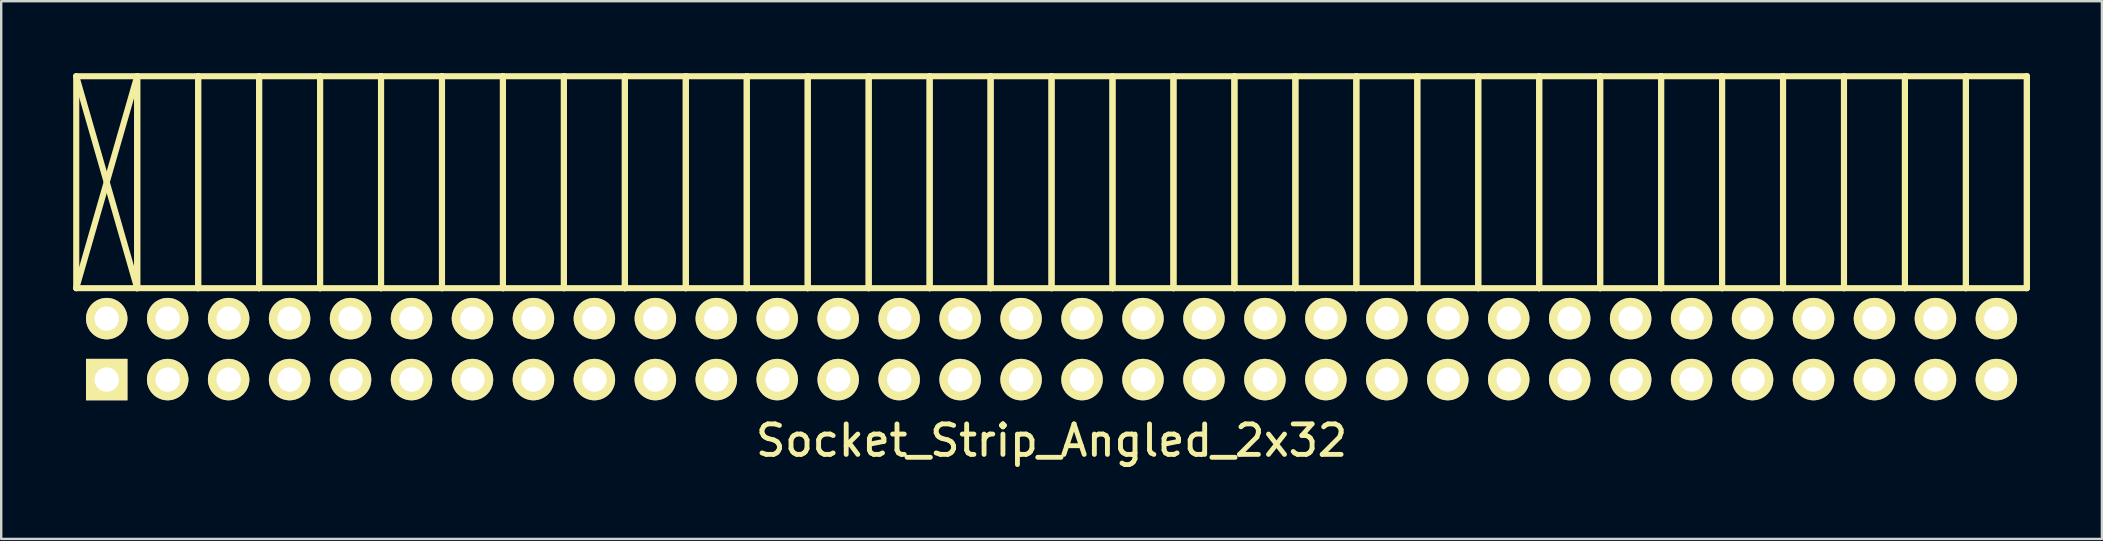
<source format=kicad_pcb>
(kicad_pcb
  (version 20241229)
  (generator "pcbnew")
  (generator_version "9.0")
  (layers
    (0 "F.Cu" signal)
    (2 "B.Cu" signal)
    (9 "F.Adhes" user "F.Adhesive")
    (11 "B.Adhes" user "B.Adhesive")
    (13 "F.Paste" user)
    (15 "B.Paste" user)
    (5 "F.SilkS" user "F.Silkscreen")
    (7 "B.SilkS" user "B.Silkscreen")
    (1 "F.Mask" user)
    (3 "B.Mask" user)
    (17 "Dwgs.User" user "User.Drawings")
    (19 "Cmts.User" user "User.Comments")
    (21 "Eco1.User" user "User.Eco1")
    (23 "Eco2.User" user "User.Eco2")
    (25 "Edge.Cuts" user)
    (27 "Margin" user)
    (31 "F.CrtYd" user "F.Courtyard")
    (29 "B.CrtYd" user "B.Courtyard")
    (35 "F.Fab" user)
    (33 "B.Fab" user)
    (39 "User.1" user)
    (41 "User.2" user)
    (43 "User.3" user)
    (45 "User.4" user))
  (footprint "Socket_Strip_Angled_2x32"
    (layer "F.Cu")
    (at 40.767 11.497)
    (property "Reference" "Socket_Strip_Angled_2x32" (at 0 3.81 0) (layer "F.SilkS") (effects (font (size 1.27 1.27) (thickness 0.203))))
    (attr through_hole)
    (fp_line (start -40.64 -11.37) (end -38.1 -11.37) (stroke (width 0.254) (type solid)) (layer "F.SilkS"))
    (fp_line (start -40.64 -11.37) (end -38.1 -2.54) (stroke (width 0.254) (type solid)) (layer "F.SilkS"))
    (fp_line (start -40.64 -2.54) (end -40.64 -11.37) (stroke (width 0.254) (type solid)) (layer "F.SilkS"))
    (fp_line (start -40.64 -2.54) (end -38.1 -11.37) (stroke (width 0.254) (type solid)) (layer "F.SilkS"))
    (fp_line (start -40.64 -2.54) (end -38.1 -2.54) (stroke (width 0.254) (type solid)) (layer "F.SilkS"))
    (fp_line (start -38.1 -11.37) (end -38.1 -2.54) (stroke (width 0.254) (type solid)) (layer "F.SilkS"))
    (fp_line (start -38.1 -11.37) (end -35.56 -11.37) (stroke (width 0.254) (type solid)) (layer "F.SilkS"))
    (fp_line (start -38.1 -2.54) (end -38.1 -11.37) (stroke (width 0.254) (type solid)) (layer "F.SilkS"))
    (fp_line (start -38.1 -2.54) (end -35.56 -2.54) (stroke (width 0.254) (type solid)) (layer "F.SilkS"))
    (fp_line (start -35.56 -11.37) (end -35.56 -2.54) (stroke (width 0.254) (type solid)) (layer "F.SilkS"))
    (fp_line (start -35.56 -11.37) (end -33.02 -11.37) (stroke (width 0.254) (type solid)) (layer "F.SilkS"))
    (fp_line (start -35.56 -2.54) (end -35.56 -11.37) (stroke (width 0.254) (type solid)) (layer "F.SilkS"))
    (fp_line (start -35.56 -2.54) (end -33.02 -2.54) (stroke (width 0.254) (type solid)) (layer "F.SilkS"))
    (fp_line (start -33.02 -11.37) (end -33.02 -2.54) (stroke (width 0.254) (type solid)) (layer "F.SilkS"))
    (fp_line (start -33.02 -11.37) (end -30.48 -11.37) (stroke (width 0.254) (type solid)) (layer "F.SilkS"))
    (fp_line (start -33.02 -2.54) (end -33.02 -11.37) (stroke (width 0.254) (type solid)) (layer "F.SilkS"))
    (fp_line (start -33.02 -2.54) (end -30.48 -2.54) (stroke (width 0.254) (type solid)) (layer "F.SilkS"))
    (fp_line (start -30.48 -11.37) (end -30.48 -2.54) (stroke (width 0.254) (type solid)) (layer "F.SilkS"))
    (fp_line (start -30.48 -11.37) (end -27.94 -11.37) (stroke (width 0.254) (type solid)) (layer "F.SilkS"))
    (fp_line (start -30.48 -2.54) (end -30.48 -11.37) (stroke (width 0.254) (type solid)) (layer "F.SilkS"))
    (fp_line (start -30.48 -2.54) (end -27.94 -2.54) (stroke (width 0.254) (type solid)) (layer "F.SilkS"))
    (fp_line (start -27.94 -11.37) (end -27.94 -2.54) (stroke (width 0.254) (type solid)) (layer "F.SilkS"))
    (fp_line (start -27.94 -11.37) (end -25.4 -11.37) (stroke (width 0.254) (type solid)) (layer "F.SilkS"))
    (fp_line (start -27.94 -2.54) (end -27.94 -11.37) (stroke (width 0.254) (type solid)) (layer "F.SilkS"))
    (fp_line (start -27.94 -2.54) (end -25.4 -2.54) (stroke (width 0.254) (type solid)) (layer "F.SilkS"))
    (fp_line (start -25.4 -11.37) (end -25.4 -2.54) (stroke (width 0.254) (type solid)) (layer "F.SilkS"))
    (fp_line (start -25.4 -11.37) (end -22.86 -11.37) (stroke (width 0.254) (type solid)) (layer "F.SilkS"))
    (fp_line (start -25.4 -2.54) (end -25.4 -11.37) (stroke (width 0.254) (type solid)) (layer "F.SilkS"))
    (fp_line (start -25.4 -2.54) (end -22.86 -2.54) (stroke (width 0.254) (type solid)) (layer "F.SilkS"))
    (fp_line (start -22.86 -11.37) (end -22.86 -2.54) (stroke (width 0.254) (type solid)) (layer "F.SilkS"))
    (fp_line (start -22.86 -11.37) (end -20.32 -11.37) (stroke (width 0.254) (type solid)) (layer "F.SilkS"))
    (fp_line (start -22.86 -2.54) (end -22.86 -11.37) (stroke (width 0.254) (type solid)) (layer "F.SilkS"))
    (fp_line (start -22.86 -2.54) (end -20.32 -2.54) (stroke (width 0.254) (type solid)) (layer "F.SilkS"))
    (fp_line (start -20.32 -11.37) (end -20.32 -2.54) (stroke (width 0.254) (type solid)) (layer "F.SilkS"))
    (fp_line (start -20.32 -11.37) (end -17.78 -11.37) (stroke (width 0.254) (type solid)) (layer "F.SilkS"))
    (fp_line (start -20.32 -2.54) (end -20.32 -11.37) (stroke (width 0.254) (type solid)) (layer "F.SilkS"))
    (fp_line (start -20.32 -2.54) (end -17.78 -2.54) (stroke (width 0.254) (type solid)) (layer "F.SilkS"))
    (fp_line (start -17.78 -11.37) (end -17.78 -2.54) (stroke (width 0.254) (type solid)) (layer "F.SilkS"))
    (fp_line (start -17.78 -11.37) (end -15.24 -11.37) (stroke (width 0.254) (type solid)) (layer "F.SilkS"))
    (fp_line (start -17.78 -2.54) (end -17.78 -11.37) (stroke (width 0.254) (type solid)) (layer "F.SilkS"))
    (fp_line (start -17.78 -2.54) (end -15.24 -2.54) (stroke (width 0.254) (type solid)) (layer "F.SilkS"))
    (fp_line (start -15.24 -11.37) (end -15.24 -2.54) (stroke (width 0.254) (type solid)) (layer "F.SilkS"))
    (fp_line (start -15.24 -11.37) (end -12.7 -11.37) (stroke (width 0.254) (type solid)) (layer "F.SilkS"))
    (fp_line (start -15.24 -2.54) (end -15.24 -11.37) (stroke (width 0.254) (type solid)) (layer "F.SilkS"))
    (fp_line (start -15.24 -2.54) (end -12.7 -2.54) (stroke (width 0.254) (type solid)) (layer "F.SilkS"))
    (fp_line (start -12.7 -11.37) (end -12.7 -2.54) (stroke (width 0.254) (type solid)) (layer "F.SilkS"))
    (fp_line (start -12.7 -11.37) (end -10.16 -11.37) (stroke (width 0.254) (type solid)) (layer "F.SilkS"))
    (fp_line (start -12.7 -2.54) (end -12.7 -11.37) (stroke (width 0.254) (type solid)) (layer "F.SilkS"))
    (fp_line (start -12.7 -2.54) (end -10.16 -2.54) (stroke (width 0.254) (type solid)) (layer "F.SilkS"))
    (fp_line (start -10.16 -11.37) (end -10.16 -2.54) (stroke (width 0.254) (type solid)) (layer "F.SilkS"))
    (fp_line (start -10.16 -11.37) (end -7.62 -11.37) (stroke (width 0.254) (type solid)) (layer "F.SilkS"))
    (fp_line (start -10.16 -2.54) (end -10.16 -11.37) (stroke (width 0.254) (type solid)) (layer "F.SilkS"))
    (fp_line (start -10.16 -2.54) (end -7.62 -2.54) (stroke (width 0.254) (type solid)) (layer "F.SilkS"))
    (fp_line (start -7.62 -11.37) (end -7.62 -2.54) (stroke (width 0.254) (type solid)) (layer "F.SilkS"))
    (fp_line (start -7.62 -11.37) (end -5.08 -11.37) (stroke (width 0.254) (type solid)) (layer "F.SilkS"))
    (fp_line (start -7.62 -2.54) (end -7.62 -11.37) (stroke (width 0.254) (type solid)) (layer "F.SilkS"))
    (fp_line (start -7.62 -2.54) (end -5.08 -2.54) (stroke (width 0.254) (type solid)) (layer "F.SilkS"))
    (fp_line (start -5.08 -11.37) (end -5.08 -2.54) (stroke (width 0.254) (type solid)) (layer "F.SilkS"))
    (fp_line (start -5.08 -11.37) (end -2.54 -11.37) (stroke (width 0.254) (type solid)) (layer "F.SilkS"))
    (fp_line (start -5.08 -2.54) (end -5.08 -11.37) (stroke (width 0.254) (type solid)) (layer "F.SilkS"))
    (fp_line (start -5.08 -2.54) (end -2.54 -2.54) (stroke (width 0.254) (type solid)) (layer "F.SilkS"))
    (fp_line (start -2.54 -11.37) (end -2.54 -2.54) (stroke (width 0.254) (type solid)) (layer "F.SilkS"))
    (fp_line (start -2.54 -11.37) (end 0 -11.37) (stroke (width 0.254) (type solid)) (layer "F.SilkS"))
    (fp_line (start -2.54 -2.54) (end -2.54 -11.37) (stroke (width 0.254) (type solid)) (layer "F.SilkS"))
    (fp_line (start -2.54 -2.54) (end 0 -2.54) (stroke (width 0.254) (type solid)) (layer "F.SilkS"))
    (fp_line (start 0 -11.37) (end 0 -2.54) (stroke (width 0.254) (type solid)) (layer "F.SilkS"))
    (fp_line (start 0 -11.37) (end 2.54 -11.37) (stroke (width 0.254) (type solid)) (layer "F.SilkS"))
    (fp_line (start 0 -2.54) (end 0 -11.37) (stroke (width 0.254) (type solid)) (layer "F.SilkS"))
    (fp_line (start 0 -2.54) (end 2.54 -2.54) (stroke (width 0.254) (type solid)) (layer "F.SilkS"))
    (fp_line (start 2.54 -11.37) (end 2.54 -2.54) (stroke (width 0.254) (type solid)) (layer "F.SilkS"))
    (fp_line (start 2.54 -11.37) (end 5.08 -11.37) (stroke (width 0.254) (type solid)) (layer "F.SilkS"))
    (fp_line (start 2.54 -2.54) (end 2.54 -11.37) (stroke (width 0.254) (type solid)) (layer "F.SilkS"))
    (fp_line (start 2.54 -2.54) (end 5.08 -2.54) (stroke (width 0.254) (type solid)) (layer "F.SilkS"))
    (fp_line (start 5.08 -11.37) (end 5.08 -2.54) (stroke (width 0.254) (type solid)) (layer "F.SilkS"))
    (fp_line (start 5.08 -11.37) (end 7.62 -11.37) (stroke (width 0.254) (type solid)) (layer "F.SilkS"))
    (fp_line (start 5.08 -2.54) (end 5.08 -11.37) (stroke (width 0.254) (type solid)) (layer "F.SilkS"))
    (fp_line (start 5.08 -2.54) (end 7.62 -2.54) (stroke (width 0.254) (type solid)) (layer "F.SilkS"))
    (fp_line (start 7.62 -11.37) (end 7.62 -2.54) (stroke (width 0.254) (type solid)) (layer "F.SilkS"))
    (fp_line (start 7.62 -11.37) (end 10.16 -11.37) (stroke (width 0.254) (type solid)) (layer "F.SilkS"))
    (fp_line (start 7.62 -2.54) (end 7.62 -11.37) (stroke (width 0.254) (type solid)) (layer "F.SilkS"))
    (fp_line (start 7.62 -2.54) (end 10.16 -2.54) (stroke (width 0.254) (type solid)) (layer "F.SilkS"))
    (fp_line (start 10.16 -11.37) (end 10.16 -2.54) (stroke (width 0.254) (type solid)) (layer "F.SilkS"))
    (fp_line (start 10.16 -11.37) (end 12.7 -11.37) (stroke (width 0.254) (type solid)) (layer "F.SilkS"))
    (fp_line (start 10.16 -2.54) (end 10.16 -11.37) (stroke (width 0.254) (type solid)) (layer "F.SilkS"))
    (fp_line (start 10.16 -2.54) (end 12.7 -2.54) (stroke (width 0.254) (type solid)) (layer "F.SilkS"))
    (fp_line (start 12.7 -11.37) (end 12.7 -2.54) (stroke (width 0.254) (type solid)) (layer "F.SilkS"))
    (fp_line (start 12.7 -11.37) (end 15.24 -11.37) (stroke (width 0.254) (type solid)) (layer "F.SilkS"))
    (fp_line (start 12.7 -2.54) (end 12.7 -11.37) (stroke (width 0.254) (type solid)) (layer "F.SilkS"))
    (fp_line (start 12.7 -2.54) (end 15.24 -2.54) (stroke (width 0.254) (type solid)) (layer "F.SilkS"))
    (fp_line (start 15.24 -11.37) (end 15.24 -2.54) (stroke (width 0.254) (type solid)) (layer "F.SilkS"))
    (fp_line (start 15.24 -11.37) (end 17.78 -11.37) (stroke (width 0.254) (type solid)) (layer "F.SilkS"))
    (fp_line (start 15.24 -2.54) (end 15.24 -11.37) (stroke (width 0.254) (type solid)) (layer "F.SilkS"))
    (fp_line (start 15.24 -2.54) (end 17.78 -2.54) (stroke (width 0.254) (type solid)) (layer "F.SilkS"))
    (fp_line (start 17.78 -11.37) (end 17.78 -2.54) (stroke (width 0.254) (type solid)) (layer "F.SilkS"))
    (fp_line (start 17.78 -11.37) (end 20.32 -11.37) (stroke (width 0.254) (type solid)) (layer "F.SilkS"))
    (fp_line (start 17.78 -2.54) (end 17.78 -11.37) (stroke (width 0.254) (type solid)) (layer "F.SilkS"))
    (fp_line (start 17.78 -2.54) (end 20.32 -2.54) (stroke (width 0.254) (type solid)) (layer "F.SilkS"))
    (fp_line (start 20.32 -11.37) (end 20.32 -2.54) (stroke (width 0.254) (type solid)) (layer "F.SilkS"))
    (fp_line (start 20.32 -11.37) (end 22.86 -11.37) (stroke (width 0.254) (type solid)) (layer "F.SilkS"))
    (fp_line (start 20.32 -2.54) (end 20.32 -11.37) (stroke (width 0.254) (type solid)) (layer "F.SilkS"))
    (fp_line (start 20.32 -2.54) (end 22.86 -2.54) (stroke (width 0.254) (type solid)) (layer "F.SilkS"))
    (fp_line (start 22.86 -11.37) (end 22.86 -2.54) (stroke (width 0.254) (type solid)) (layer "F.SilkS"))
    (fp_line (start 22.86 -11.37) (end 25.4 -11.37) (stroke (width 0.254) (type solid)) (layer "F.SilkS"))
    (fp_line (start 22.86 -2.54) (end 22.86 -11.37) (stroke (width 0.254) (type solid)) (layer "F.SilkS"))
    (fp_line (start 22.86 -2.54) (end 25.4 -2.54) (stroke (width 0.254) (type solid)) (layer "F.SilkS"))
    (fp_line (start 25.4 -11.37) (end 25.4 -2.54) (stroke (width 0.254) (type solid)) (layer "F.SilkS"))
    (fp_line (start 25.4 -11.37) (end 27.94 -11.37) (stroke (width 0.254) (type solid)) (layer "F.SilkS"))
    (fp_line (start 25.4 -2.54) (end 25.4 -11.37) (stroke (width 0.254) (type solid)) (layer "F.SilkS"))
    (fp_line (start 25.4 -2.54) (end 27.94 -2.54) (stroke (width 0.254) (type solid)) (layer "F.SilkS"))
    (fp_line (start 27.94 -11.37) (end 27.94 -2.54) (stroke (width 0.254) (type solid)) (layer "F.SilkS"))
    (fp_line (start 27.94 -11.37) (end 30.48 -11.37) (stroke (width 0.254) (type solid)) (layer "F.SilkS"))
    (fp_line (start 27.94 -2.54) (end 27.94 -11.37) (stroke (width 0.254) (type solid)) (layer "F.SilkS"))
    (fp_line (start 27.94 -2.54) (end 30.48 -2.54) (stroke (width 0.254) (type solid)) (layer "F.SilkS"))
    (fp_line (start 30.48 -11.37) (end 30.48 -2.54) (stroke (width 0.254) (type solid)) (layer "F.SilkS"))
    (fp_line (start 30.48 -11.37) (end 33.02 -11.37) (stroke (width 0.254) (type solid)) (layer "F.SilkS"))
    (fp_line (start 30.48 -2.54) (end 30.48 -11.37) (stroke (width 0.254) (type solid)) (layer "F.SilkS"))
    (fp_line (start 30.48 -2.54) (end 33.02 -2.54) (stroke (width 0.254) (type solid)) (layer "F.SilkS"))
    (fp_line (start 33.02 -11.37) (end 33.02 -2.54) (stroke (width 0.254) (type solid)) (layer "F.SilkS"))
    (fp_line (start 33.02 -11.37) (end 35.56 -11.37) (stroke (width 0.254) (type solid)) (layer "F.SilkS"))
    (fp_line (start 33.02 -2.54) (end 33.02 -11.37) (stroke (width 0.254) (type solid)) (layer "F.SilkS"))
    (fp_line (start 33.02 -2.54) (end 35.56 -2.54) (stroke (width 0.254) (type solid)) (layer "F.SilkS"))
    (fp_line (start 35.56 -11.37) (end 35.56 -2.54) (stroke (width 0.254) (type solid)) (layer "F.SilkS"))
    (fp_line (start 35.56 -11.37) (end 38.1 -11.37) (stroke (width 0.254) (type solid)) (layer "F.SilkS"))
    (fp_line (start 35.56 -2.54) (end 35.56 -11.37) (stroke (width 0.254) (type solid)) (layer "F.SilkS"))
    (fp_line (start 35.56 -2.54) (end 38.1 -2.54) (stroke (width 0.254) (type solid)) (layer "F.SilkS"))
    (fp_line (start 38.1 -11.37) (end 38.1 -2.54) (stroke (width 0.254) (type solid)) (layer "F.SilkS"))
    (fp_line (start 38.1 -11.37) (end 40.64 -11.37) (stroke (width 0.254) (type solid)) (layer "F.SilkS"))
    (fp_line (start 38.1 -2.54) (end 38.1 -11.37) (stroke (width 0.254) (type solid)) (layer "F.SilkS"))
    (fp_line (start 38.1 -2.54) (end 40.64 -2.54) (stroke (width 0.254) (type solid)) (layer "F.SilkS"))
    (fp_line (start 40.64 -11.37) (end 40.64 -2.54) (stroke (width 0.254) (type solid)) (layer "F.SilkS"))
    (fp_line (start 40.64 -2.54) (end 40.64 -11.37) (stroke (width 0.254) (type solid)) (layer "F.SilkS"))
    (pad "1" thru_hole rect (at -39.37 1.27) (size 1.727 1.727) (drill 1.016) (layers "*.Cu" "*.Mask" "F.SilkS"))
    (pad "2" thru_hole oval (at -36.83 1.27) (size 1.727 1.727) (drill 1.016) (layers "*.Cu" "*.Mask" "F.SilkS"))
    (pad "3" thru_hole oval (at -34.29 1.27) (size 1.727 1.727) (drill 1.016) (layers "*.Cu" "*.Mask" "F.SilkS"))
    (pad "4" thru_hole oval (at -31.75 1.27) (size 1.727 1.727) (drill 1.016) (layers "*.Cu" "*.Mask" "F.SilkS"))
    (pad "5" thru_hole oval (at -29.21 1.27) (size 1.727 1.727) (drill 1.016) (layers "*.Cu" "*.Mask" "F.SilkS"))
    (pad "6" thru_hole oval (at -26.67 1.27) (size 1.727 1.727) (drill 1.016) (layers "*.Cu" "*.Mask" "F.SilkS"))
    (pad "7" thru_hole oval (at -24.13 1.27) (size 1.727 1.727) (drill 1.016) (layers "*.Cu" "*.Mask" "F.SilkS"))
    (pad "8" thru_hole oval (at -21.59 1.27) (size 1.727 1.727) (drill 1.016) (layers "*.Cu" "*.Mask" "F.SilkS"))
    (pad "9" thru_hole oval (at -19.05 1.27) (size 1.727 1.727) (drill 1.016) (layers "*.Cu" "*.Mask" "F.SilkS"))
    (pad "10" thru_hole oval (at -16.51 1.27) (size 1.727 1.727) (drill 1.016) (layers "*.Cu" "*.Mask" "F.SilkS"))
    (pad "11" thru_hole oval (at -13.97 1.27) (size 1.727 1.727) (drill 1.016) (layers "*.Cu" "*.Mask" "F.SilkS"))
    (pad "12" thru_hole oval (at -11.43 1.27) (size 1.727 1.727) (drill 1.016) (layers "*.Cu" "*.Mask" "F.SilkS"))
    (pad "13" thru_hole oval (at -8.89 1.27) (size 1.727 1.727) (drill 1.016) (layers "*.Cu" "*.Mask" "F.SilkS"))
    (pad "14" thru_hole oval (at -6.35 1.27) (size 1.727 1.727) (drill 1.016) (layers "*.Cu" "*.Mask" "F.SilkS"))
    (pad "15" thru_hole oval (at -3.81 1.27) (size 1.727 1.727) (drill 1.016) (layers "*.Cu" "*.Mask" "F.SilkS"))
    (pad "16" thru_hole oval (at -1.27 1.27) (size 1.727 1.727) (drill 1.016) (layers "*.Cu" "*.Mask" "F.SilkS"))
    (pad "17" thru_hole oval (at 1.27 1.27) (size 1.727 1.727) (drill 1.016) (layers "*.Cu" "*.Mask" "F.SilkS"))
    (pad "18" thru_hole oval (at 3.81 1.27) (size 1.727 1.727) (drill 1.016) (layers "*.Cu" "*.Mask" "F.SilkS"))
    (pad "19" thru_hole oval (at 6.35 1.27) (size 1.727 1.727) (drill 1.016) (layers "*.Cu" "*.Mask" "F.SilkS"))
    (pad "20" thru_hole oval (at 8.89 1.27) (size 1.727 1.727) (drill 1.016) (layers "*.Cu" "*.Mask" "F.SilkS"))
    (pad "21" thru_hole oval (at 11.43 1.27) (size 1.727 1.727) (drill 1.016) (layers "*.Cu" "*.Mask" "F.SilkS"))
    (pad "22" thru_hole oval (at 13.97 1.27) (size 1.727 1.727) (drill 1.016) (layers "*.Cu" "*.Mask" "F.SilkS"))
    (pad "23" thru_hole oval (at 16.51 1.27) (size 1.727 1.727) (drill 1.016) (layers "*.Cu" "*.Mask" "F.SilkS"))
    (pad "24" thru_hole oval (at 19.05 1.27) (size 1.727 1.727) (drill 1.016) (layers "*.Cu" "*.Mask" "F.SilkS"))
    (pad "25" thru_hole oval (at 21.59 1.27) (size 1.727 1.727) (drill 1.016) (layers "*.Cu" "*.Mask" "F.SilkS"))
    (pad "26" thru_hole oval (at 24.13 1.27) (size 1.727 1.727) (drill 1.016) (layers "*.Cu" "*.Mask" "F.SilkS"))
    (pad "27" thru_hole oval (at 26.67 1.27) (size 1.727 1.727) (drill 1.016) (layers "*.Cu" "*.Mask" "F.SilkS"))
    (pad "28" thru_hole oval (at 29.21 1.27) (size 1.727 1.727) (drill 1.016) (layers "*.Cu" "*.Mask" "F.SilkS"))
    (pad "29" thru_hole oval (at 31.75 1.27) (size 1.727 1.727) (drill 1.016) (layers "*.Cu" "*.Mask" "F.SilkS"))
    (pad "30" thru_hole oval (at 34.29 1.27) (size 1.727 1.727) (drill 1.016) (layers "*.Cu" "*.Mask" "F.SilkS"))
    (pad "31" thru_hole oval (at 36.83 1.27) (size 1.727 1.727) (drill 1.016) (layers "*.Cu" "*.Mask" "F.SilkS"))
    (pad "32" thru_hole oval (at 39.37 1.27) (size 1.727 1.727) (drill 1.016) (layers "*.Cu" "*.Mask" "F.SilkS"))
    (pad "33" thru_hole oval (at 39.37 -1.27) (size 1.727 1.727) (drill 1.016) (layers "*.Cu" "*.Mask" "F.SilkS"))
    (pad "34" thru_hole oval (at 36.83 -1.27) (size 1.727 1.727) (drill 1.016) (layers "*.Cu" "*.Mask" "F.SilkS"))
    (pad "35" thru_hole oval (at 34.29 -1.27) (size 1.727 1.727) (drill 1.016) (layers "*.Cu" "*.Mask" "F.SilkS"))
    (pad "36" thru_hole oval (at 31.75 -1.27) (size 1.727 1.727) (drill 1.016) (layers "*.Cu" "*.Mask" "F.SilkS"))
    (pad "37" thru_hole oval (at 29.21 -1.27) (size 1.727 1.727) (drill 1.016) (layers "*.Cu" "*.Mask" "F.SilkS"))
    (pad "38" thru_hole oval (at 26.67 -1.27) (size 1.727 1.727) (drill 1.016) (layers "*.Cu" "*.Mask" "F.SilkS"))
    (pad "39" thru_hole oval (at 24.13 -1.27) (size 1.727 1.727) (drill 1.016) (layers "*.Cu" "*.Mask" "F.SilkS"))
    (pad "40" thru_hole oval (at 21.59 -1.27) (size 1.727 1.727) (drill 1.016) (layers "*.Cu" "*.Mask" "F.SilkS"))
    (pad "41" thru_hole oval (at 19.05 -1.27) (size 1.727 1.727) (drill 1.016) (layers "*.Cu" "*.Mask" "F.SilkS"))
    (pad "42" thru_hole oval (at 16.51 -1.27) (size 1.727 1.727) (drill 1.016) (layers "*.Cu" "*.Mask" "F.SilkS"))
    (pad "43" thru_hole oval (at 13.97 -1.27) (size 1.727 1.727) (drill 1.016) (layers "*.Cu" "*.Mask" "F.SilkS"))
    (pad "44" thru_hole oval (at 11.43 -1.27) (size 1.727 1.727) (drill 1.016) (layers "*.Cu" "*.Mask" "F.SilkS"))
    (pad "45" thru_hole oval (at 8.89 -1.27) (size 1.727 1.727) (drill 1.016) (layers "*.Cu" "*.Mask" "F.SilkS"))
    (pad "46" thru_hole oval (at 6.35 -1.27) (size 1.727 1.727) (drill 1.016) (layers "*.Cu" "*.Mask" "F.SilkS"))
    (pad "47" thru_hole oval (at 3.81 -1.27) (size 1.727 1.727) (drill 1.016) (layers "*.Cu" "*.Mask" "F.SilkS"))
    (pad "48" thru_hole oval (at 1.27 -1.27) (size 1.727 1.727) (drill 1.016) (layers "*.Cu" "*.Mask" "F.SilkS"))
    (pad "49" thru_hole oval (at -1.27 -1.27) (size 1.727 1.727) (drill 1.016) (layers "*.Cu" "*.Mask" "F.SilkS"))
    (pad "50" thru_hole oval (at -3.81 -1.27) (size 1.727 1.727) (drill 1.016) (layers "*.Cu" "*.Mask" "F.SilkS"))
    (pad "51" thru_hole oval (at -6.35 -1.27) (size 1.727 1.727) (drill 1.016) (layers "*.Cu" "*.Mask" "F.SilkS"))
    (pad "52" thru_hole oval (at -8.89 -1.27) (size 1.727 1.727) (drill 1.016) (layers "*.Cu" "*.Mask" "F.SilkS"))
    (pad "53" thru_hole oval (at -11.43 -1.27) (size 1.727 1.727) (drill 1.016) (layers "*.Cu" "*.Mask" "F.SilkS"))
    (pad "54" thru_hole oval (at -13.97 -1.27) (size 1.727 1.727) (drill 1.016) (layers "*.Cu" "*.Mask" "F.SilkS"))
    (pad "55" thru_hole oval (at -16.51 -1.27) (size 1.727 1.727) (drill 1.016) (layers "*.Cu" "*.Mask" "F.SilkS"))
    (pad "56" thru_hole oval (at -19.05 -1.27) (size 1.727 1.727) (drill 1.016) (layers "*.Cu" "*.Mask" "F.SilkS"))
    (pad "57" thru_hole oval (at -21.59 -1.27) (size 1.727 1.727) (drill 1.016) (layers "*.Cu" "*.Mask" "F.SilkS"))
    (pad "58" thru_hole oval (at -24.13 -1.27) (size 1.727 1.727) (drill 1.016) (layers "*.Cu" "*.Mask" "F.SilkS"))
    (pad "59" thru_hole oval (at -26.67 -1.27) (size 1.727 1.727) (drill 1.016) (layers "*.Cu" "*.Mask" "F.SilkS"))
    (pad "60" thru_hole oval (at -29.21 -1.27) (size 1.727 1.727) (drill 1.016) (layers "*.Cu" "*.Mask" "F.SilkS"))
    (pad "61" thru_hole oval (at -31.75 -1.27) (size 1.727 1.727) (drill 1.016) (layers "*.Cu" "*.Mask" "F.SilkS"))
    (pad "62" thru_hole oval (at -34.29 -1.27) (size 1.727 1.727) (drill 1.016) (layers "*.Cu" "*.Mask" "F.SilkS"))
    (pad "63" thru_hole oval (at -36.83 -1.27) (size 1.727 1.727) (drill 1.016) (layers "*.Cu" "*.Mask" "F.SilkS"))
    (pad "64" thru_hole oval (at -39.37 -1.27) (size 1.727 1.727) (drill 1.016) (layers "*.Cu" "*.Mask" "F.SilkS")))
  (gr_rect
    (start -3 -3)
    (end 84.534 19.407)
    (stroke (width 0.1) (type default))
    (fill no)
    (layer "Edge.Cuts")))
</source>
